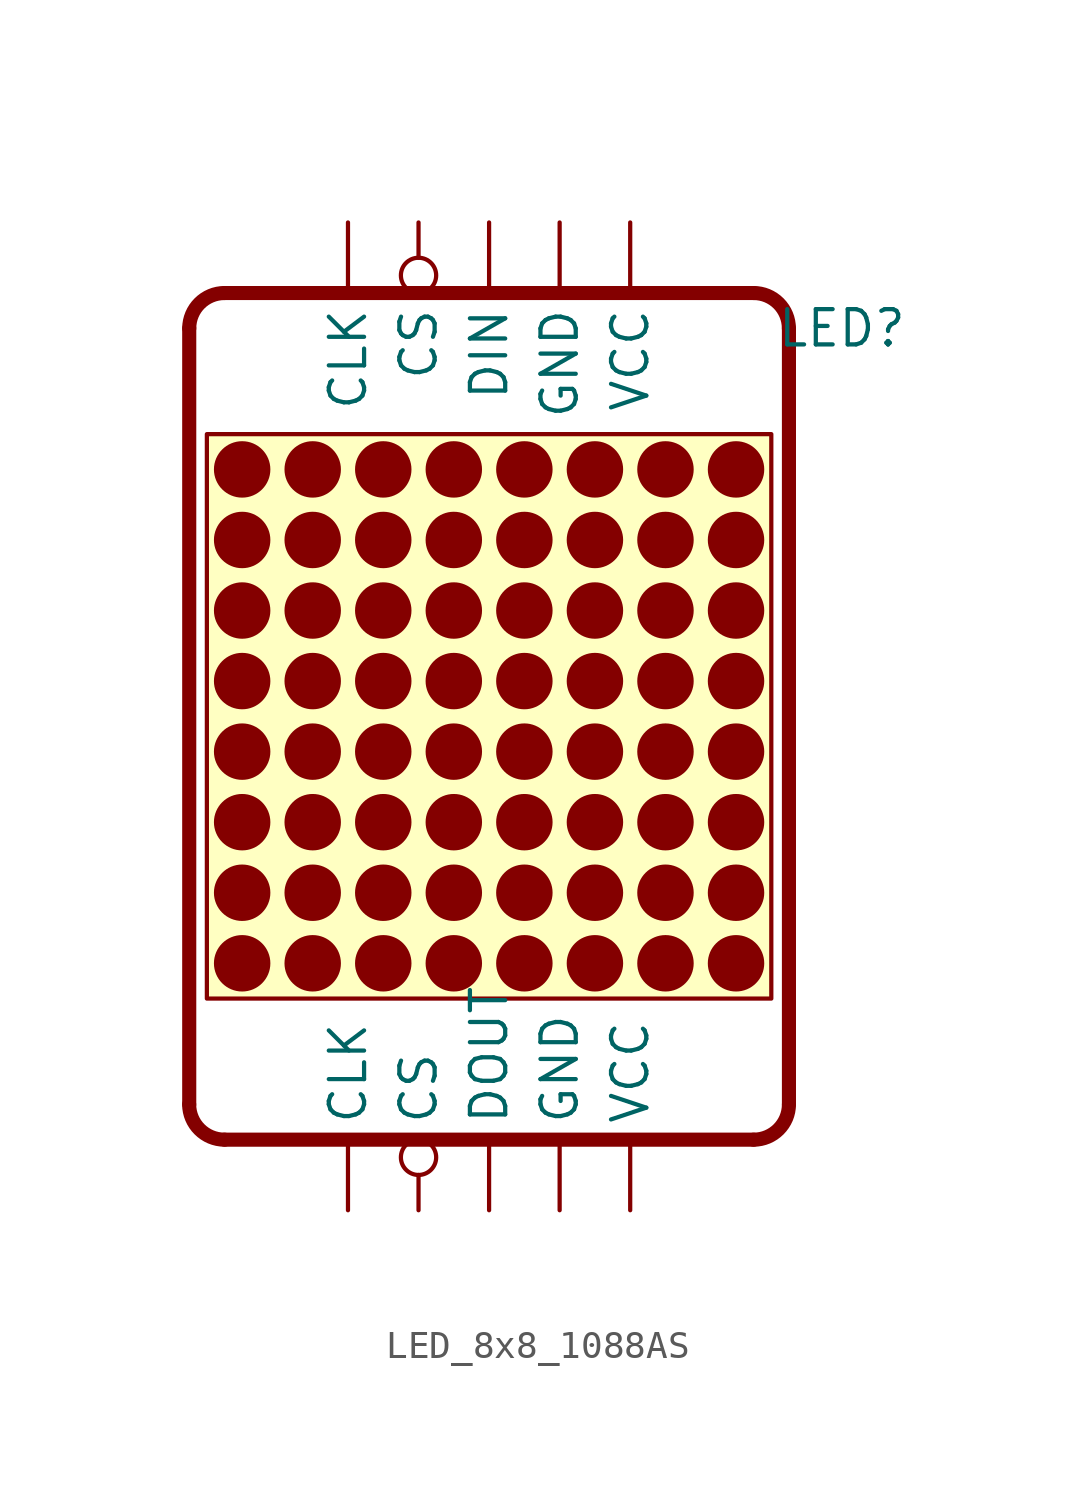
<source format=kicad_sym>
(kicad_symbol_lib
  (version 20220914)
  (generator kicad_symbol_editor)
  (symbol "LED_8x8_1088AS"
    (pin_numbers hide)
    (property "Reference" "LED"
      (at 12.7 -1.27 0)
      (effects (font (size 1.27 1.27))))
    (property "Value" ""
      (at 0 0 0)
      (effects (font (size 1.27 1.27))))
    (symbol "LED_8x8_1088AS_1_1"
      (arc (start -10.795 -29.21) (mid -10.423 -30.108) (end -9.525 -30.48) (stroke (width 0.508) (type default)) (fill (type none)))
      (rectangle (start -10.16 -5.08) (end 10.16 -25.4) (stroke (width 0) (type default)) (fill (type background)))
      (arc (start -9.525 0) (mid -10.423 -0.372) (end -10.795 -1.27) (stroke (width 0.508) (type default)) (fill (type none)))
      (circle (center -8.89 -24.13) (radius 0.635) (stroke (width 0.762) (type default)) (fill (type outline)))
      (circle (center -8.89 -21.59) (radius 0.635) (stroke (width 0.762) (type default)) (fill (type outline)))
      (circle (center -8.89 -19.05) (radius 0.635) (stroke (width 0.762) (type default)) (fill (type outline)))
      (circle (center -8.89 -16.51) (radius 0.635) (stroke (width 0.762) (type default)) (fill (type outline)))
      (circle (center -8.89 -13.97) (radius 0.635) (stroke (width 0.762) (type default)) (fill (type outline)))
      (circle (center -8.89 -11.43) (radius 0.635) (stroke (width 0.762) (type default)) (fill (type outline)))
      (circle (center -8.89 -8.89) (radius 0.635) (stroke (width 0.762) (type default)) (fill (type outline)))
      (circle (center -8.89 -6.35) (radius 0.635) (stroke (width 0.762) (type default)) (fill (type outline)))
      (circle (center -6.35 -24.13) (radius 0.635) (stroke (width 0.762) (type default)) (fill (type outline)))
      (circle (center -6.35 -21.59) (radius 0.635) (stroke (width 0.762) (type default)) (fill (type outline)))
      (circle (center -6.35 -19.05) (radius 0.635) (stroke (width 0.762) (type default)) (fill (type outline)))
      (circle (center -6.35 -16.51) (radius 0.635) (stroke (width 0.762) (type default)) (fill (type outline)))
      (circle (center -6.35 -13.97) (radius 0.635) (stroke (width 0.762) (type default)) (fill (type outline)))
      (circle (center -6.35 -11.43) (radius 0.635) (stroke (width 0.762) (type default)) (fill (type outline)))
      (circle (center -6.35 -8.89) (radius 0.635) (stroke (width 0.762) (type default)) (fill (type outline)))
      (circle (center -6.35 -6.35) (radius 0.635) (stroke (width 0.762) (type default)) (fill (type outline)))
      (circle (center -3.81 -24.13) (radius 0.635) (stroke (width 0.762) (type default)) (fill (type outline)))
      (circle (center -3.81 -21.59) (radius 0.635) (stroke (width 0.762) (type default)) (fill (type outline)))
      (circle (center -3.81 -19.05) (radius 0.635) (stroke (width 0.762) (type default)) (fill (type outline)))
      (circle (center -3.81 -16.51) (radius 0.635) (stroke (width 0.762) (type default)) (fill (type outline)))
      (circle (center -3.81 -13.97) (radius 0.635) (stroke (width 0.762) (type default)) (fill (type outline)))
      (circle (center -3.81 -11.43) (radius 0.635) (stroke (width 0.762) (type default)) (fill (type outline)))
      (circle (center -3.81 -8.89) (radius 0.635) (stroke (width 0.762) (type default)) (fill (type outline)))
      (circle (center -3.81 -6.35) (radius 0.635) (stroke (width 0.762) (type default)) (fill (type outline)))
      (circle (center -1.27 -24.13) (radius 0.635) (stroke (width 0.762) (type default)) (fill (type outline)))
      (circle (center -1.27 -21.59) (radius 0.635) (stroke (width 0.762) (type default)) (fill (type outline)))
      (circle (center -1.27 -19.05) (radius 0.635) (stroke (width 0.762) (type default)) (fill (type outline)))
      (circle (center -1.27 -16.51) (radius 0.635) (stroke (width 0.762) (type default)) (fill (type outline)))
      (circle (center -1.27 -13.97) (radius 0.635) (stroke (width 0.762) (type default)) (fill (type outline)))
      (circle (center -1.27 -11.43) (radius 0.635) (stroke (width 0.762) (type default)) (fill (type outline)))
      (circle (center -1.27 -8.89) (radius 0.635) (stroke (width 0.762) (type default)) (fill (type outline)))
      (circle (center -1.27 -6.35) (radius 0.635) (stroke (width 0.762) (type default)) (fill (type outline)))
      (polyline (pts (xy -10.795 -1.27) (xy -10.795 -29.21)) (stroke (width 0.508) (type default)) (fill (type none)))
      (polyline (pts (xy -9.525 -30.48) (xy 9.525 -30.48)) (stroke (width 0.508) (type default)) (fill (type background)))
      (polyline (pts (xy 9.525 0) (xy -9.525 0)) (stroke (width 0.508) (type default)) (fill (type none)))
      (polyline (pts (xy 10.795 -29.21) (xy 10.795 -1.27)) (stroke (width 0.508) (type default)) (fill (type none)))
      (circle (center 1.27 -24.13) (radius 0.635) (stroke (width 0.762) (type default)) (fill (type outline)))
      (circle (center 1.27 -21.59) (radius 0.635) (stroke (width 0.762) (type default)) (fill (type outline)))
      (circle (center 1.27 -19.05) (radius 0.635) (stroke (width 0.762) (type default)) (fill (type outline)))
      (circle (center 1.27 -16.51) (radius 0.635) (stroke (width 0.762) (type default)) (fill (type outline)))
      (circle (center 1.27 -13.97) (radius 0.635) (stroke (width 0.762) (type default)) (fill (type outline)))
      (circle (center 1.27 -11.43) (radius 0.635) (stroke (width 0.762) (type default)) (fill (type outline)))
      (circle (center 1.27 -8.89) (radius 0.635) (stroke (width 0.762) (type default)) (fill (type outline)))
      (circle (center 1.27 -6.35) (radius 0.635) (stroke (width 0.762) (type default)) (fill (type outline)))
      (circle (center 3.81 -24.13) (radius 0.635) (stroke (width 0.762) (type default)) (fill (type outline)))
      (circle (center 3.81 -21.59) (radius 0.635) (stroke (width 0.762) (type default)) (fill (type outline)))
      (circle (center 3.81 -19.05) (radius 0.635) (stroke (width 0.762) (type default)) (fill (type outline)))
      (circle (center 3.81 -16.51) (radius 0.635) (stroke (width 0.762) (type default)) (fill (type outline)))
      (circle (center 3.81 -13.97) (radius 0.635) (stroke (width 0.762) (type default)) (fill (type outline)))
      (circle (center 3.81 -11.43) (radius 0.635) (stroke (width 0.762) (type default)) (fill (type outline)))
      (circle (center 3.81 -8.89) (radius 0.635) (stroke (width 0.762) (type default)) (fill (type outline)))
      (circle (center 3.81 -6.35) (radius 0.635) (stroke (width 0.762) (type default)) (fill (type outline)))
      (circle (center 6.35 -24.13) (radius 0.635) (stroke (width 0.762) (type default)) (fill (type outline)))
      (circle (center 6.35 -21.59) (radius 0.635) (stroke (width 0.762) (type default)) (fill (type outline)))
      (circle (center 6.35 -19.05) (radius 0.635) (stroke (width 0.762) (type default)) (fill (type outline)))
      (circle (center 6.35 -16.51) (radius 0.635) (stroke (width 0.762) (type default)) (fill (type outline)))
      (circle (center 6.35 -13.97) (radius 0.635) (stroke (width 0.762) (type default)) (fill (type outline)))
      (circle (center 6.35 -11.43) (radius 0.635) (stroke (width 0.762) (type default)) (fill (type outline)))
      (circle (center 6.35 -8.89) (radius 0.635) (stroke (width 0.762) (type default)) (fill (type outline)))
      (circle (center 6.35 -6.35) (radius 0.635) (stroke (width 0.762) (type default)) (fill (type outline)))
      (circle (center 8.89 -24.13) (radius 0.635) (stroke (width 0.762) (type default)) (fill (type outline)))
      (circle (center 8.89 -21.59) (radius 0.635) (stroke (width 0.762) (type default)) (fill (type outline)))
      (circle (center 8.89 -19.05) (radius 0.635) (stroke (width 0.762) (type default)) (fill (type outline)))
      (circle (center 8.89 -16.51) (radius 0.635) (stroke (width 0.762) (type default)) (fill (type outline)))
      (circle (center 8.89 -13.97) (radius 0.635) (stroke (width 0.762) (type default)) (fill (type outline)))
      (circle (center 8.89 -11.43) (radius 0.635) (stroke (width 0.762) (type default)) (fill (type outline)))
      (circle (center 8.89 -8.89) (radius 0.635) (stroke (width 0.762) (type default)) (fill (type outline)))
      (circle (center 8.89 -6.35) (radius 0.635) (stroke (width 0.762) (type default)) (fill (type outline)))
      (arc (start 9.525 -30.48) (mid 10.423 -30.108) (end 10.795 -29.21) (stroke (width 0.508) (type default)) (fill (type none)))
      (arc (start 10.795 -1.27) (mid 10.423 -0.372) (end 9.525 0) (stroke (width 0.508) (type default)) (fill (type none)))
      (pin passive line (at -5.08 -33.02 90) (length 2.54) (name "CLK" (effects (font (size 1.27 1.27)))) (number "CLK" (effects (font (size 1.27 1.27)))))
      (pin passive line (at -5.08 2.54 270) (length 2.54) (name "CLK" (effects (font (size 1.27 1.27)))) (number "CLK" (effects (font (size 1.27 1.27)))))
      (pin passive inverted (at -2.54 -33.02 90) (length 2.54) (name "CS" (effects (font (size 1.27 1.27)))) (number "CS" (effects (font (size 1.27 1.27)))))
      (pin passive inverted (at -2.54 2.54 270) (length 2.54) (name "CS" (effects (font (size 1.27 1.27)))) (number "CS" (effects (font (size 1.27 1.27)))))
      (pin passive line (at 0 2.54 270) (length 2.54) (name "DIN" (effects (font (size 1.27 1.27)))) (number "DIN" (effects (font (size 1.27 1.27)))))
      (pin passive line (at 0 -33.02 90) (length 2.54) (name "DOUT" (effects (font (size 1.27 1.27)))) (number "DOUT" (effects (font (size 1.27 1.27)))))
      (pin passive line (at 2.54 -33.02 90) (length 2.54) (name "GND" (effects (font (size 1.27 1.27)))) (number "GND" (effects (font (size 1.27 1.27)))))
      (pin passive line (at 2.54 2.54 270) (length 2.54) (name "GND" (effects (font (size 1.27 1.27)))) (number "GND" (effects (font (size 1.27 1.27)))))
      (pin passive line (at 5.08 -33.02 90) (length 2.54) (name "VCC" (effects (font (size 1.27 1.27)))) (number "VCC" (effects (font (size 1.27 1.27)))))
      (pin passive line (at 5.08 2.54 270) (length 2.54) (name "VCC" (effects (font (size 1.27 1.27)))) (number "VCC" (effects (font (size 1.27 1.27))))))))
</source>
